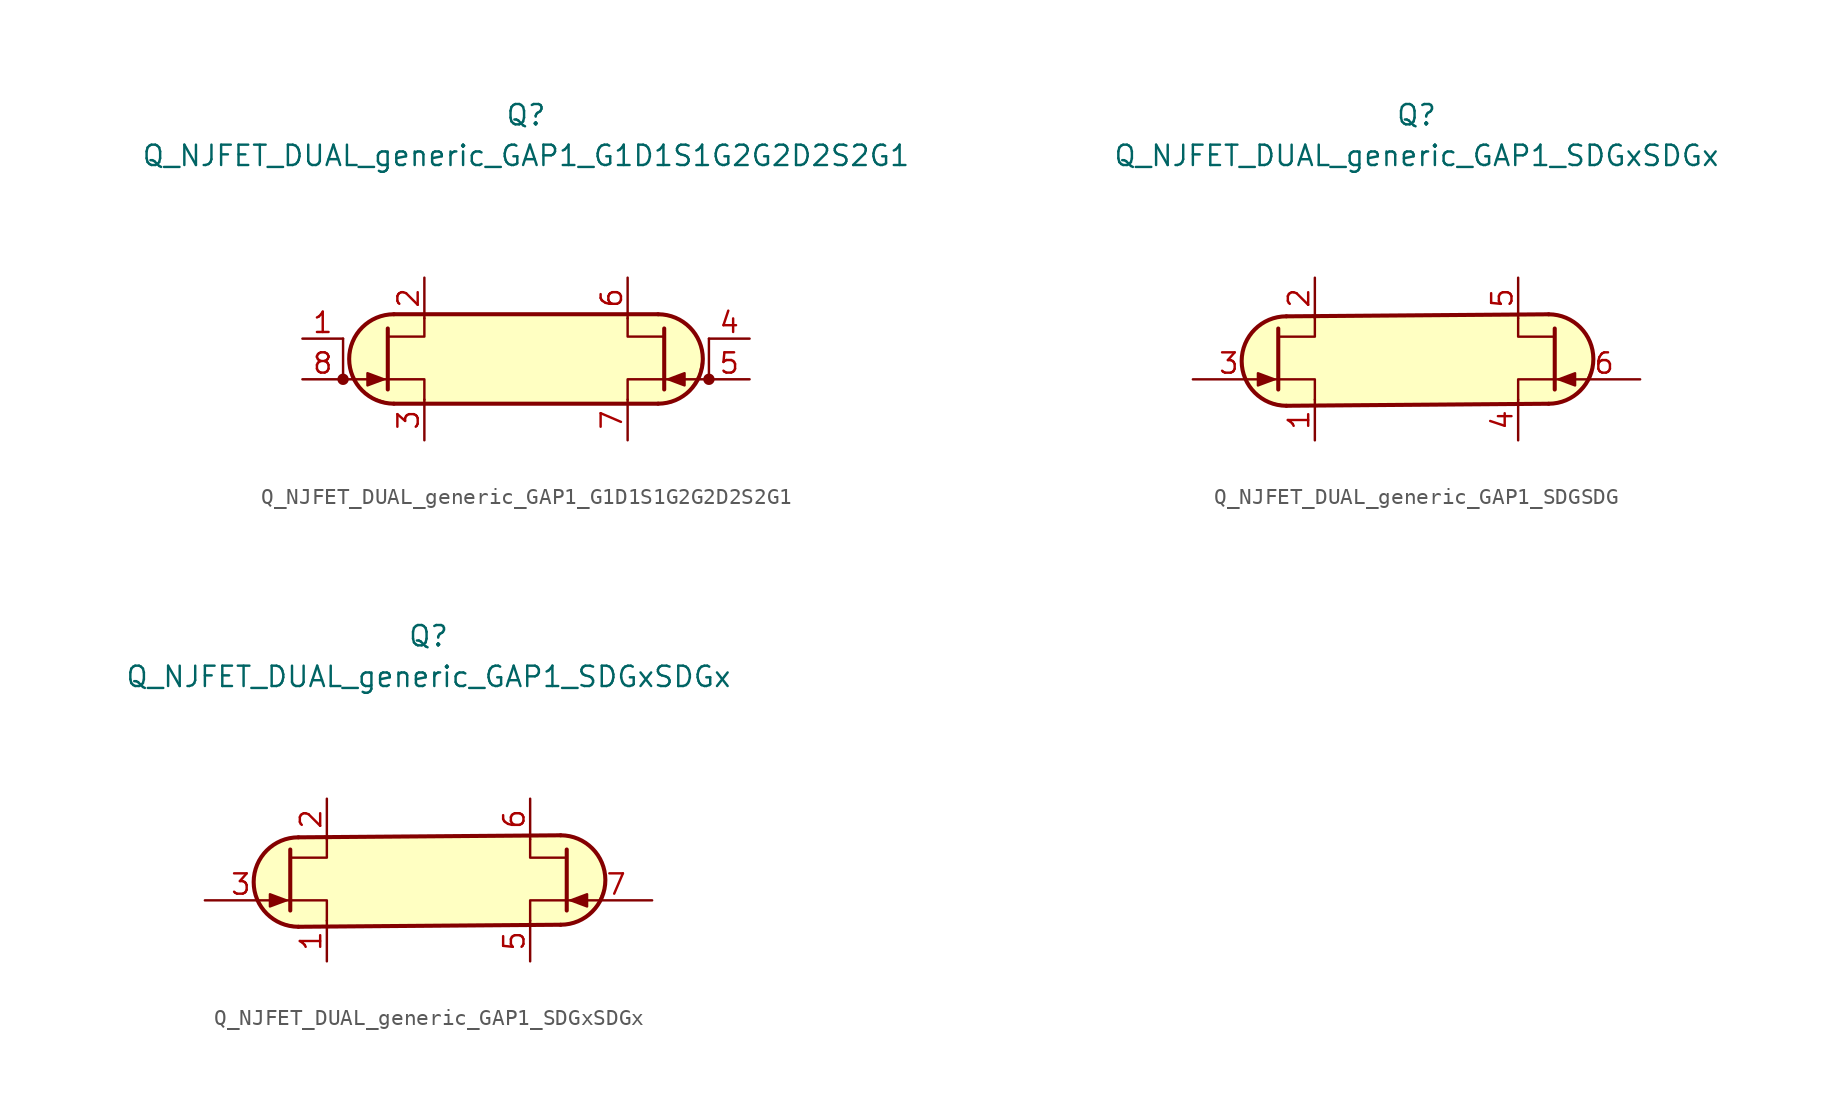
<source format=kicad_sym>
(kicad_symbol_lib
  (version 20231120)
  (generator "kicad_symbol_editor")
  (generator_version "8.0")
  (symbol "Q_NJFET_DUAL_generic_GAP1_G1D1S1G2G2D2S2G1"
    (pin_names
      (offset 1.016) hide)
    (property "Reference" "Q"
      (at 0 15.24 0)
      (effects (font (size 1.27 1.27))))
    (property "Value" "Q_NJFET_DUAL_generic_GAP1_G1D1S1G2G2D2S2G1"
      (at 0 12.7 0)
      (effects (font (size 1.27 1.27))))
    (symbol "Q_NJFET_DUAL_generic_GAP1_G1D1S1G2G2D2S2G1_0_1"
      (arc (start -8.255 2.794) (mid -11.0369 0) (end -8.255 -2.794) (stroke (width 0.254) (type default)) (fill (type background)))
      (polyline (pts (xy 8.255 -2.794) (xy -8.255 -2.794)) (stroke (width 0.254) (type default)) (fill (type none)))
      (polyline (pts (xy 8.255 2.794) (xy -8.255 2.794)) (stroke (width 0.254) (type default)) (fill (type none)))
      (polyline (pts (xy -8.255 2.794) (xy 8.255 2.794) (xy 9.398 2.54) (xy 10.541 1.651) (xy 11.049 0.381) (xy 10.795 -1.016) (xy 10.033 -2.159) (xy 9.017 -2.794) (xy -8.382 -2.794) (xy -9.525 -2.413) (xy -10.414 -1.778) (xy -10.922 -0.762) (xy -11.049 0.254) (xy -10.541 1.651) (xy -9.525 2.54) (xy -8.255 2.794)) (stroke (width 0.025) (type default)) (fill (type background))))
    (symbol "Q_NJFET_DUAL_generic_GAP1_G1D1S1G2G2D2S2G1_1_1"
      (circle (center -11.43 -1.27) (radius 0.279) (stroke (width 0) (type default)) (fill (type outline)))
      (polyline (pts (xy -11.43 -1.27) (xy -8.636 -1.27)) (stroke (width 0) (type default)) (fill (type none)))
      (polyline (pts (xy -11.43 1.27) (xy -11.43 -1.27)) (stroke (width 0) (type default)) (fill (type none)))
      (polyline (pts (xy 11.43 -1.27) (xy 8.636 -1.27)) (stroke (width 0) (type default)) (fill (type none)))
      (polyline (pts (xy 11.43 1.27) (xy 11.43 -1.27)) (stroke (width 0) (type default)) (fill (type none)))
      (polyline (pts (xy -8.636 1.905) (xy -8.636 -1.905) (xy -8.636 -1.905)) (stroke (width 0.254) (type default)) (fill (type none)))
      (polyline (pts (xy -6.35 -2.54) (xy -6.35 -1.27) (xy -8.636 -1.27)) (stroke (width 0) (type default)) (fill (type none)))
      (polyline (pts (xy -6.35 2.54) (xy -6.35 1.397) (xy -8.636 1.397)) (stroke (width 0) (type default)) (fill (type none)))
      (polyline (pts (xy 6.35 -2.54) (xy 6.35 -1.27) (xy 8.636 -1.27)) (stroke (width 0) (type default)) (fill (type none)))
      (polyline (pts (xy 6.35 2.54) (xy 6.35 1.397) (xy 8.636 1.397)) (stroke (width 0) (type default)) (fill (type none)))
      (polyline (pts (xy 8.636 1.905) (xy 8.636 -1.905) (xy 8.636 -1.905)) (stroke (width 0.254) (type default)) (fill (type none)))
      (polyline (pts (xy -8.89 -1.27) (xy -9.906 -0.889) (xy -9.906 -1.651) (xy -8.89 -1.27)) (stroke (width 0) (type default)) (fill (type outline)))
      (polyline (pts (xy 8.89 -1.27) (xy 9.906 -0.889) (xy 9.906 -1.651) (xy 8.89 -1.27)) (stroke (width 0) (type default)) (fill (type outline)))
      (arc (start 8.255 -2.794) (mid 11.0369 0) (end 8.255 2.794) (stroke (width 0.254) (type default)) (fill (type none)))
      (circle (center 11.43 -1.27) (radius 0.279) (stroke (width 0) (type default)) (fill (type outline)))
      (pin input line (at -13.97 1.27 0) (length 2.54) (name "G1" (effects (font (size 1.27 1.27)))) (number "1" (effects (font (size 1.27 1.27)))))
      (pin passive line (at -6.35 5.08 270) (length 2.54) (name "D1" (effects (font (size 1.27 1.27)))) (number "2" (effects (font (size 1.27 1.27)))))
      (pin passive line (at -6.35 -5.08 90) (length 2.54) (name "S1" (effects (font (size 1.27 1.27)))) (number "3" (effects (font (size 1.27 1.27)))))
      (pin input line (at 13.97 1.27 180) (length 2.54) (name "G2" (effects (font (size 1.27 1.27)))) (number "4" (effects (font (size 1.27 1.27)))))
      (pin input line (at 13.97 -1.27 180) (length 2.54) (name "G2" (effects (font (size 1.27 1.27)))) (number "5" (effects (font (size 1.27 1.27)))))
      (pin passive line (at 6.35 5.08 270) (length 2.54) (name "D2" (effects (font (size 1.27 1.27)))) (number "6" (effects (font (size 1.27 1.27)))))
      (pin passive line (at 6.35 -5.08 90) (length 2.54) (name "S2" (effects (font (size 1.27 1.27)))) (number "7" (effects (font (size 1.27 1.27)))))
      (pin input line (at -13.97 -1.27 0) (length 2.54) (name "G1" (effects (font (size 1.27 1.27)))) (number "8" (effects (font (size 1.27 1.27)))))))
  (symbol "Q_NJFET_DUAL_generic_GAP1_SDGSDG"
    (pin_names
      (offset 1.016) hide)
    (property "Reference" "Q"
      (at 0 15.24 0)
      (effects (font (size 1.27 1.27))))
    (property "Value" "Q_NJFET_DUAL_generic_GAP1_SDGxSDGx"
      (at 0 12.7 0)
      (effects (font (size 1.27 1.27))))
    (symbol "Q_NJFET_DUAL_generic_GAP1_SDGSDG_0_1"
      (arc (start -8.128 2.667) (mid -10.9099 -0.127) (end -8.128 -2.921) (stroke (width 0.254) (type default)) (fill (type background)))
      (polyline (pts (xy -9.144 -1.27) (xy -8.636 -1.27)) (stroke (width 0) (type default)) (fill (type none)))
      (polyline (pts (xy 8.255 -2.794) (xy -8.128 -2.921)) (stroke (width 0.254) (type default)) (fill (type none)))
      (polyline (pts (xy 8.255 2.794) (xy -8.128 2.667)) (stroke (width 0.254) (type default)) (fill (type none)))
      (polyline (pts (xy 9.017 -1.27) (xy 8.763 -1.27)) (stroke (width 0) (type default)) (fill (type none)))
      (polyline (pts (xy 8.255 2.794) (xy -8.128 2.667) (xy -9.271 2.413) (xy -10.287 1.778) (xy -10.922 0.508) (xy -10.795 -0.889) (xy -10.414 -1.778) (xy -9.271 -2.667) (xy -7.874 -2.921) (xy 8.509 -2.794) (xy 9.652 -2.413) (xy 10.541 -1.524) (xy 11.049 -0.254) (xy 10.922 0.889) (xy 10.287 1.905) (xy 9.144 2.667) (xy 8.255 2.794)) (stroke (width 0.025) (type default)) (fill (type background))))
    (symbol "Q_NJFET_DUAL_generic_GAP1_SDGSDG_1_1"
      (polyline (pts (xy -8.636 1.905) (xy -8.636 -1.905) (xy -8.636 -1.905)) (stroke (width 0.254) (type default)) (fill (type none)))
      (polyline (pts (xy -6.35 -2.54) (xy -6.35 -1.27) (xy -8.636 -1.27)) (stroke (width 0) (type default)) (fill (type none)))
      (polyline (pts (xy -6.35 2.54) (xy -6.35 1.397) (xy -8.636 1.397)) (stroke (width 0) (type default)) (fill (type none)))
      (polyline (pts (xy 6.35 -2.54) (xy 6.35 -1.27) (xy 8.636 -1.27)) (stroke (width 0) (type default)) (fill (type none)))
      (polyline (pts (xy 6.35 2.54) (xy 6.35 1.397) (xy 8.636 1.397)) (stroke (width 0) (type default)) (fill (type none)))
      (polyline (pts (xy 8.636 1.905) (xy 8.636 -1.905) (xy 8.636 -1.905)) (stroke (width 0.254) (type default)) (fill (type none)))
      (polyline (pts (xy -8.89 -1.27) (xy -9.906 -0.889) (xy -9.906 -1.651) (xy -8.89 -1.27)) (stroke (width 0) (type default)) (fill (type outline)))
      (polyline (pts (xy 8.89 -1.27) (xy 9.906 -0.889) (xy 9.906 -1.651) (xy 8.89 -1.27)) (stroke (width 0) (type default)) (fill (type outline)))
      (arc (start 8.255 -2.794) (mid 11.0369 0) (end 8.255 2.794) (stroke (width 0.254) (type default)) (fill (type none)))
      (pin passive line (at -6.35 -5.08 90) (length 2.54) (name "S1" (effects (font (size 1.27 1.27)))) (number "1" (effects (font (size 1.27 1.27)))))
      (pin passive line (at -6.35 5.08 270) (length 2.54) (name "D1" (effects (font (size 1.27 1.27)))) (number "2" (effects (font (size 1.27 1.27)))))
      (pin input line (at -13.97 -1.27 0) (length 4.496) (name "G1" (effects (font (size 1.27 1.27)))) (number "3" (effects (font (size 1.27 1.27)))))
      (pin passive line (at 6.35 -5.08 90) (length 2.54) (name "S2" (effects (font (size 1.27 1.27)))) (number "4" (effects (font (size 1.27 1.27)))))
      (pin passive line (at 6.35 5.08 270) (length 2.54) (name "D2" (effects (font (size 1.27 1.27)))) (number "5" (effects (font (size 1.27 1.27)))))
      (pin input line (at 13.97 -1.27 180) (length 4.496) (name "G2" (effects (font (size 1.27 1.27)))) (number "6" (effects (font (size 1.27 1.27)))))))
  (symbol "Q_NJFET_DUAL_generic_GAP1_SDGxSDGx"
    (pin_names
      (offset 1.016) hide)
    (property "Reference" "Q"
      (at 0 15.24 0)
      (effects (font (size 1.27 1.27))))
    (property "Value" "Q_NJFET_DUAL_generic_GAP1_SDGxSDGx"
      (at 0 12.7 0)
      (effects (font (size 1.27 1.27))))
    (symbol "Q_NJFET_DUAL_generic_GAP1_SDGxSDGx_0_1"
      (arc (start -8.128 2.667) (mid -10.9099 -0.127) (end -8.128 -2.921) (stroke (width 0.254) (type default)) (fill (type background)))
      (polyline (pts (xy -9.144 -1.27) (xy -8.636 -1.27)) (stroke (width 0) (type default)) (fill (type none)))
      (polyline (pts (xy 8.255 -2.794) (xy -8.128 -2.921)) (stroke (width 0.254) (type default)) (fill (type none)))
      (polyline (pts (xy 8.255 2.794) (xy -8.128 2.667)) (stroke (width 0.254) (type default)) (fill (type none)))
      (polyline (pts (xy 9.017 -1.27) (xy 8.763 -1.27)) (stroke (width 0) (type default)) (fill (type none)))
      (polyline (pts (xy 8.255 2.794) (xy -8.128 2.667) (xy -9.271 2.413) (xy -10.287 1.778) (xy -10.922 0.508) (xy -10.795 -0.889) (xy -10.414 -1.778) (xy -9.271 -2.667) (xy -7.874 -2.921) (xy 8.509 -2.794) (xy 9.652 -2.413) (xy 10.541 -1.524) (xy 11.049 -0.254) (xy 10.922 0.889) (xy 10.287 1.905) (xy 9.144 2.667) (xy 8.255 2.794)) (stroke (width 0.025) (type default)) (fill (type background))))
    (symbol "Q_NJFET_DUAL_generic_GAP1_SDGxSDGx_1_1"
      (polyline (pts (xy -8.636 1.905) (xy -8.636 -1.905) (xy -8.636 -1.905)) (stroke (width 0.254) (type default)) (fill (type none)))
      (polyline (pts (xy -6.35 -2.54) (xy -6.35 -1.27) (xy -8.636 -1.27)) (stroke (width 0) (type default)) (fill (type none)))
      (polyline (pts (xy -6.35 2.54) (xy -6.35 1.397) (xy -8.636 1.397)) (stroke (width 0) (type default)) (fill (type none)))
      (polyline (pts (xy 6.35 -2.54) (xy 6.35 -1.27) (xy 8.636 -1.27)) (stroke (width 0) (type default)) (fill (type none)))
      (polyline (pts (xy 6.35 2.54) (xy 6.35 1.397) (xy 8.636 1.397)) (stroke (width 0) (type default)) (fill (type none)))
      (polyline (pts (xy 8.636 1.905) (xy 8.636 -1.905) (xy 8.636 -1.905)) (stroke (width 0.254) (type default)) (fill (type none)))
      (polyline (pts (xy -8.89 -1.27) (xy -9.906 -0.889) (xy -9.906 -1.651) (xy -8.89 -1.27)) (stroke (width 0) (type default)) (fill (type outline)))
      (polyline (pts (xy 8.89 -1.27) (xy 9.906 -0.889) (xy 9.906 -1.651) (xy 8.89 -1.27)) (stroke (width 0) (type default)) (fill (type outline)))
      (arc (start 8.255 -2.794) (mid 11.0369 0) (end 8.255 2.794) (stroke (width 0.254) (type default)) (fill (type none)))
      (pin passive line (at -6.35 -5.08 90) (length 2.54) (name "S1" (effects (font (size 1.27 1.27)))) (number "1" (effects (font (size 1.27 1.27)))))
      (pin passive line (at -6.35 5.08 270) (length 2.54) (name "D1" (effects (font (size 1.27 1.27)))) (number "2" (effects (font (size 1.27 1.27)))))
      (pin input line (at -13.97 -1.27 0) (length 4.496) (name "G1" (effects (font (size 1.27 1.27)))) (number "3" (effects (font (size 1.27 1.27)))))
      (pin free line (at 0 1.27 180) (length 2.54) hide (name "NC" (effects (font (size 1.27 1.27)))) (number "4" (effects (font (size 1.27 1.27)))))
      (pin passive line (at 6.35 -5.08 90) (length 2.54) (name "S2" (effects (font (size 1.27 1.27)))) (number "5" (effects (font (size 1.27 1.27)))))
      (pin passive line (at 6.35 5.08 270) (length 2.54) (name "D2" (effects (font (size 1.27 1.27)))) (number "6" (effects (font (size 1.27 1.27)))))
      (pin input line (at 13.97 -1.27 180) (length 4.496) (name "G2" (effects (font (size 1.27 1.27)))) (number "7" (effects (font (size 1.27 1.27)))))
      (pin free line (at 0 -1.27 180) (length 2.54) hide (name "NC" (effects (font (size 1.27 1.27)))) (number "8" (effects (font (size 1.27 1.27))))))))
</source>
